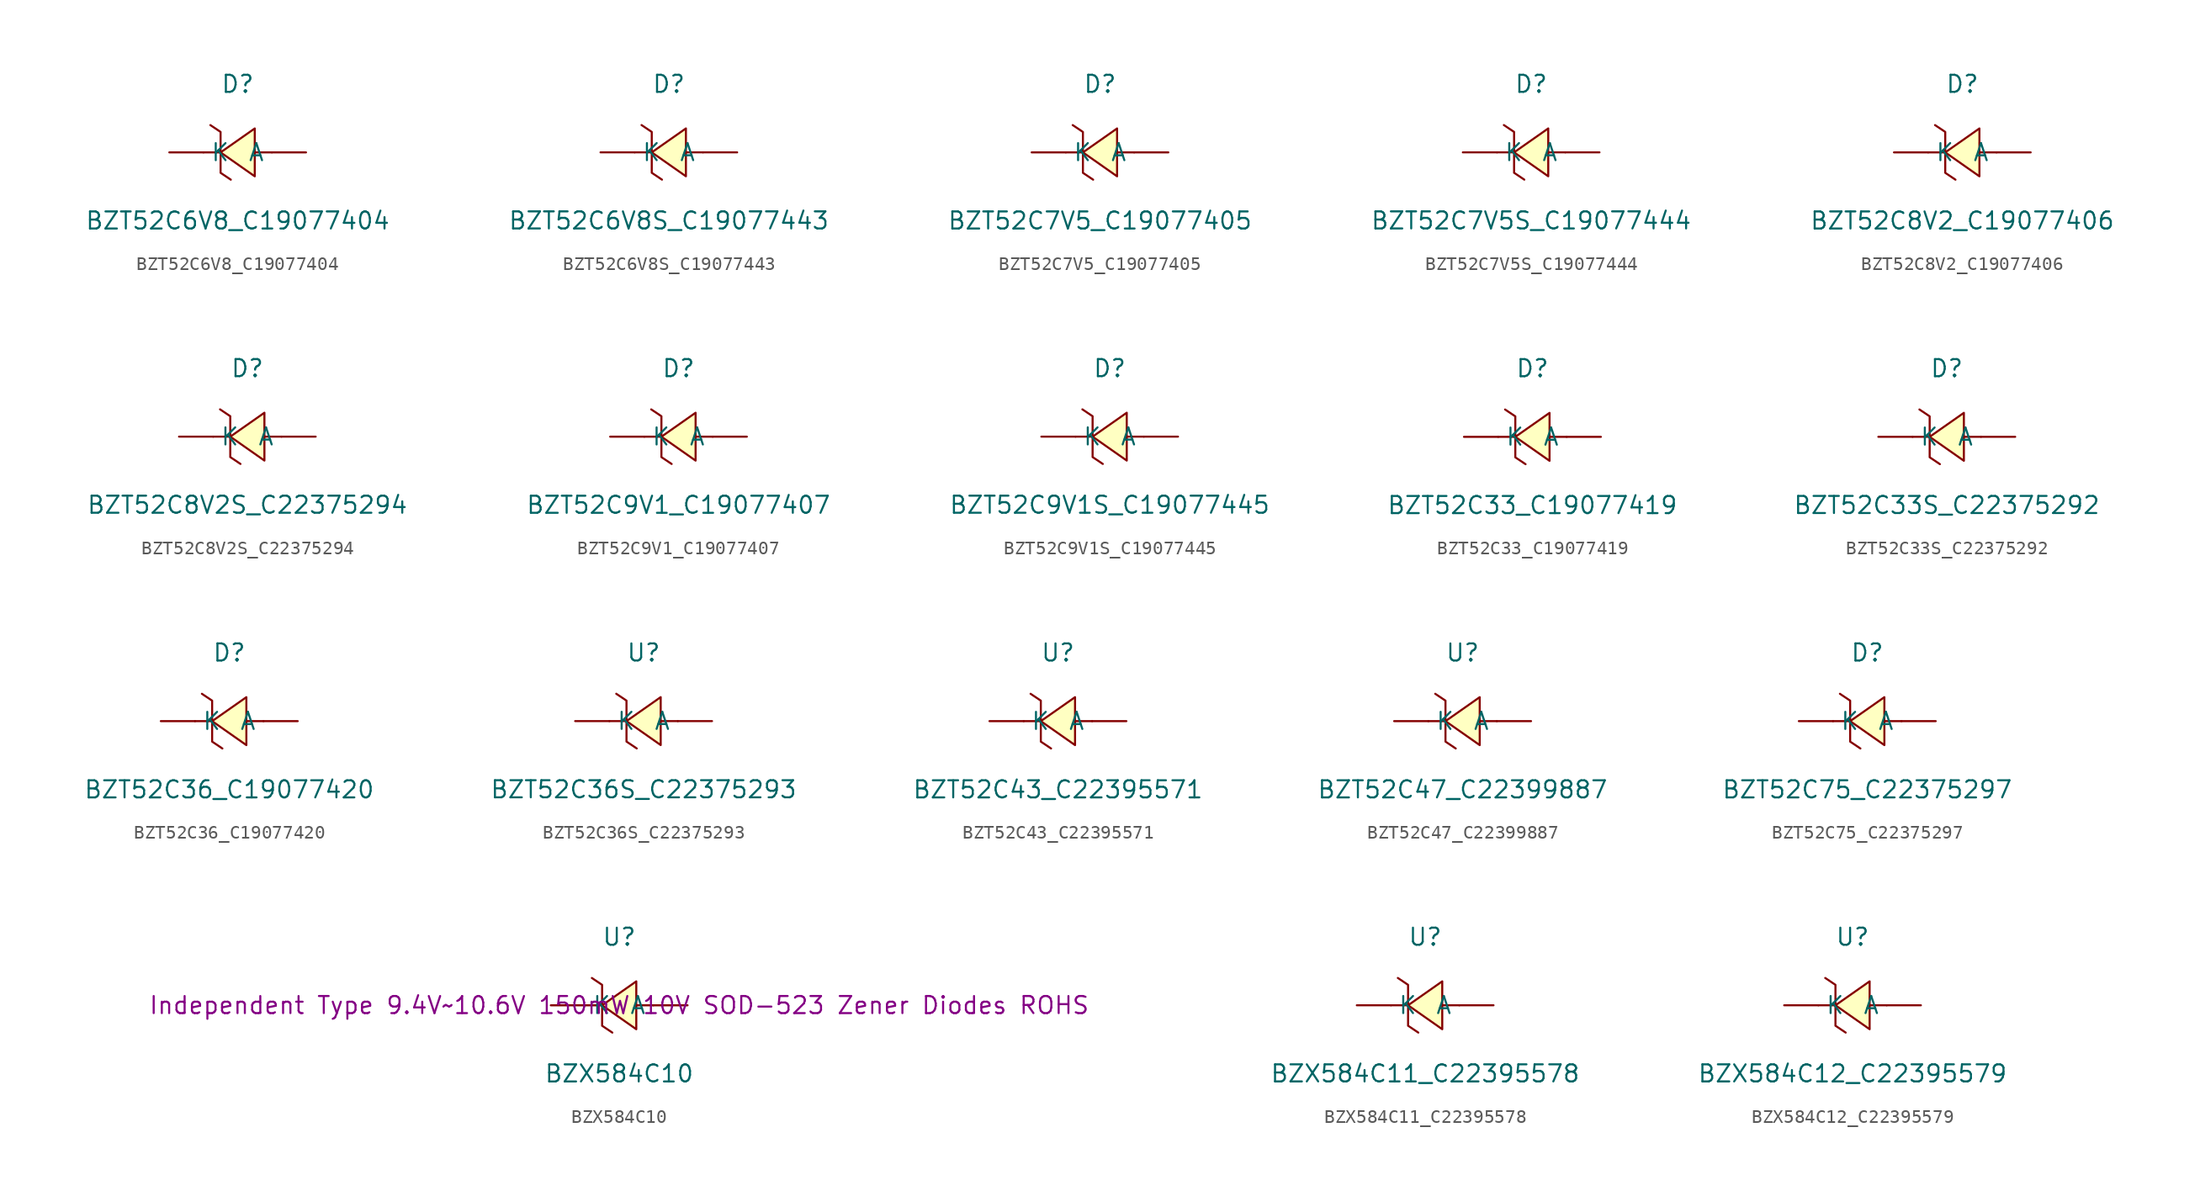
<source format=kicad_sym>
(kicad_symbol_lib
  (version 20241209)
  (generator "kicad_symbol_editor")
  (generator_version "9.0")
  (symbol "BZT52C6V8_C19077404"
    (pin_numbers
      (hide yes))
    (property "Reference" "D"
      (at 0 5.08 0)
      (effects (font (size 1.27 1.27))))
    (property "Value" "BZT52C6V8_C19077404"
      (at 0 -5.08 0)
      (effects (font (size 1.27 1.27))))
    (symbol "BZT52C6V8_C19077404_0_1"
      (polyline (pts (xy -2.03 2.03) (xy -1.27 1.52) (xy -1.27 -1.52) (xy -0.51 -2.03)) (stroke (width 0) (type default)) (fill (type none)))
      (polyline (pts (xy -1.27 0) (xy -2.54 0)) (stroke (width 0) (type default)) (fill (type none)))
      (polyline (pts (xy 1.27 1.78) (xy -1.27 0) (xy 1.27 -1.78) (xy 1.27 1.78)) (stroke (width 0) (type default)) (fill (type background)))
      (polyline (pts (xy 2.54 0) (xy 1.27 0)) (stroke (width 0) (type default)) (fill (type none)))
      (pin unspecified line (at -5.08 0 0) (length 2.54) (name "K" (effects (font (size 1.27 1.27)))) (number "1" (effects (font (size 1.27 1.27)))))
      (pin unspecified line (at 5.08 0 180) (length 2.54) (name "A" (effects (font (size 1.27 1.27)))) (number "2" (effects (font (size 1.27 1.27)))))))
  (symbol "BZT52C6V8S_C19077443"
    (pin_numbers
      (hide yes))
    (property "Reference" "D"
      (at 0 5.08 0)
      (effects (font (size 1.27 1.27))))
    (property "Value" "BZT52C6V8S_C19077443"
      (at 0 -5.08 0)
      (effects (font (size 1.27 1.27))))
    (symbol "BZT52C6V8S_C19077443_0_1"
      (polyline (pts (xy -2.03 2.03) (xy -1.27 1.52) (xy -1.27 -1.52) (xy -0.51 -2.03)) (stroke (width 0) (type default)) (fill (type none)))
      (polyline (pts (xy -1.27 0) (xy -2.54 0)) (stroke (width 0) (type default)) (fill (type none)))
      (polyline (pts (xy 1.27 1.78) (xy -1.27 0) (xy 1.27 -1.78) (xy 1.27 1.78)) (stroke (width 0) (type default)) (fill (type background)))
      (polyline (pts (xy 2.54 0) (xy 1.27 0)) (stroke (width 0) (type default)) (fill (type none)))
      (pin unspecified line (at -5.08 0 0) (length 2.54) (name "K" (effects (font (size 1.27 1.27)))) (number "1" (effects (font (size 1.27 1.27)))))
      (pin unspecified line (at 5.08 0 180) (length 2.54) (name "A" (effects (font (size 1.27 1.27)))) (number "2" (effects (font (size 1.27 1.27)))))))
  (symbol "BZT52C7V5_C19077405"
    (pin_numbers
      (hide yes))
    (property "Reference" "D"
      (at 0 5.08 0)
      (effects (font (size 1.27 1.27))))
    (property "Value" "BZT52C7V5_C19077405"
      (at 0 -5.08 0)
      (effects (font (size 1.27 1.27))))
    (symbol "BZT52C7V5_C19077405_0_1"
      (polyline (pts (xy -2.03 2.03) (xy -1.27 1.52) (xy -1.27 -1.52) (xy -0.51 -2.03)) (stroke (width 0) (type default)) (fill (type none)))
      (polyline (pts (xy -1.27 0) (xy -2.54 0)) (stroke (width 0) (type default)) (fill (type none)))
      (polyline (pts (xy 1.27 1.78) (xy -1.27 0) (xy 1.27 -1.78) (xy 1.27 1.78)) (stroke (width 0) (type default)) (fill (type background)))
      (polyline (pts (xy 2.54 0) (xy 1.27 0)) (stroke (width 0) (type default)) (fill (type none)))
      (pin unspecified line (at -5.08 0 0) (length 2.54) (name "K" (effects (font (size 1.27 1.27)))) (number "1" (effects (font (size 1.27 1.27)))))
      (pin unspecified line (at 5.08 0 180) (length 2.54) (name "A" (effects (font (size 1.27 1.27)))) (number "2" (effects (font (size 1.27 1.27)))))))
  (symbol "BZT52C7V5S_C19077444"
    (pin_numbers
      (hide yes))
    (property "Reference" "D"
      (at 0 5.08 0)
      (effects (font (size 1.27 1.27))))
    (property "Value" "BZT52C7V5S_C19077444"
      (at 0 -5.08 0)
      (effects (font (size 1.27 1.27))))
    (symbol "BZT52C7V5S_C19077444_0_1"
      (polyline (pts (xy -2.03 2.03) (xy -1.27 1.52) (xy -1.27 -1.52) (xy -0.51 -2.03)) (stroke (width 0) (type default)) (fill (type none)))
      (polyline (pts (xy -1.27 0) (xy -2.54 0)) (stroke (width 0) (type default)) (fill (type none)))
      (polyline (pts (xy 1.27 1.78) (xy -1.27 0) (xy 1.27 -1.78) (xy 1.27 1.78)) (stroke (width 0) (type default)) (fill (type background)))
      (polyline (pts (xy 2.54 0) (xy 1.27 0)) (stroke (width 0) (type default)) (fill (type none)))
      (pin unspecified line (at -5.08 0 0) (length 2.54) (name "K" (effects (font (size 1.27 1.27)))) (number "1" (effects (font (size 1.27 1.27)))))
      (pin unspecified line (at 5.08 0 180) (length 2.54) (name "A" (effects (font (size 1.27 1.27)))) (number "2" (effects (font (size 1.27 1.27)))))))
  (symbol "BZT52C8V2_C19077406"
    (pin_numbers
      (hide yes))
    (property "Reference" "D"
      (at 0 5.08 0)
      (effects (font (size 1.27 1.27))))
    (property "Value" "BZT52C8V2_C19077406"
      (at 0 -5.08 0)
      (effects (font (size 1.27 1.27))))
    (symbol "BZT52C8V2_C19077406_0_1"
      (polyline (pts (xy -2.03 2.03) (xy -1.27 1.52) (xy -1.27 -1.52) (xy -0.51 -2.03)) (stroke (width 0) (type default)) (fill (type none)))
      (polyline (pts (xy -1.27 0) (xy -2.54 0)) (stroke (width 0) (type default)) (fill (type none)))
      (polyline (pts (xy 1.27 1.78) (xy -1.27 0) (xy 1.27 -1.78) (xy 1.27 1.78)) (stroke (width 0) (type default)) (fill (type background)))
      (polyline (pts (xy 2.54 0) (xy 1.27 0)) (stroke (width 0) (type default)) (fill (type none)))
      (pin unspecified line (at -5.08 0 0) (length 2.54) (name "K" (effects (font (size 1.27 1.27)))) (number "1" (effects (font (size 1.27 1.27)))))
      (pin unspecified line (at 5.08 0 180) (length 2.54) (name "A" (effects (font (size 1.27 1.27)))) (number "2" (effects (font (size 1.27 1.27)))))))
  (symbol "BZT52C8V2S_C22375294"
    (pin_numbers
      (hide yes))
    (property "Reference" "D"
      (at 0 5.08 0)
      (effects (font (size 1.27 1.27))))
    (property "Value" "BZT52C8V2S_C22375294"
      (at 0 -5.08 0)
      (effects (font (size 1.27 1.27))))
    (symbol "BZT52C8V2S_C22375294_0_1"
      (polyline (pts (xy -2.03 2.03) (xy -1.27 1.52) (xy -1.27 -1.52) (xy -0.51 -2.03)) (stroke (width 0) (type default)) (fill (type none)))
      (polyline (pts (xy -1.27 0) (xy -2.54 0)) (stroke (width 0) (type default)) (fill (type none)))
      (polyline (pts (xy 1.27 1.78) (xy -1.27 0) (xy 1.27 -1.78) (xy 1.27 1.78)) (stroke (width 0) (type default)) (fill (type background)))
      (polyline (pts (xy 2.54 0) (xy 1.27 0)) (stroke (width 0) (type default)) (fill (type none)))
      (pin unspecified line (at -5.08 0 0) (length 2.54) (name "K" (effects (font (size 1.27 1.27)))) (number "1" (effects (font (size 1.27 1.27)))))
      (pin unspecified line (at 5.08 0 180) (length 2.54) (name "A" (effects (font (size 1.27 1.27)))) (number "2" (effects (font (size 1.27 1.27)))))))
  (symbol "BZT52C9V1_C19077407"
    (pin_numbers
      (hide yes))
    (property "Reference" "D"
      (at 0 5.08 0)
      (effects (font (size 1.27 1.27))))
    (property "Value" "BZT52C9V1_C19077407"
      (at 0 -5.08 0)
      (effects (font (size 1.27 1.27))))
    (symbol "BZT52C9V1_C19077407_0_1"
      (polyline (pts (xy -2.03 2.03) (xy -1.27 1.52) (xy -1.27 -1.52) (xy -0.51 -2.03)) (stroke (width 0) (type default)) (fill (type none)))
      (polyline (pts (xy -1.27 0) (xy -2.54 0)) (stroke (width 0) (type default)) (fill (type none)))
      (polyline (pts (xy 1.27 1.78) (xy -1.27 0) (xy 1.27 -1.78) (xy 1.27 1.78)) (stroke (width 0) (type default)) (fill (type background)))
      (polyline (pts (xy 2.54 0) (xy 1.27 0)) (stroke (width 0) (type default)) (fill (type none)))
      (pin unspecified line (at -5.08 0 0) (length 2.54) (name "K" (effects (font (size 1.27 1.27)))) (number "1" (effects (font (size 1.27 1.27)))))
      (pin unspecified line (at 5.08 0 180) (length 2.54) (name "A" (effects (font (size 1.27 1.27)))) (number "2" (effects (font (size 1.27 1.27)))))))
  (symbol "BZT52C9V1S_C19077445"
    (pin_numbers
      (hide yes))
    (property "Reference" "D"
      (at 0 5.08 0)
      (effects (font (size 1.27 1.27))))
    (property "Value" "BZT52C9V1S_C19077445"
      (at 0 -5.08 0)
      (effects (font (size 1.27 1.27))))
    (symbol "BZT52C9V1S_C19077445_0_1"
      (polyline (pts (xy -2.03 2.03) (xy -1.27 1.52) (xy -1.27 -1.52) (xy -0.51 -2.03)) (stroke (width 0) (type default)) (fill (type none)))
      (polyline (pts (xy -1.27 0) (xy -2.54 0)) (stroke (width 0) (type default)) (fill (type none)))
      (polyline (pts (xy 1.27 1.78) (xy -1.27 0) (xy 1.27 -1.78) (xy 1.27 1.78)) (stroke (width 0) (type default)) (fill (type background)))
      (polyline (pts (xy 2.54 0) (xy 1.27 0)) (stroke (width 0) (type default)) (fill (type none)))
      (pin unspecified line (at -5.08 0 0) (length 2.54) (name "K" (effects (font (size 1.27 1.27)))) (number "1" (effects (font (size 1.27 1.27)))))
      (pin unspecified line (at 5.08 0 180) (length 2.54) (name "A" (effects (font (size 1.27 1.27)))) (number "2" (effects (font (size 1.27 1.27)))))))
  (symbol "BZT52C33_C19077419"
    (pin_numbers
      (hide yes))
    (property "Reference" "D"
      (at 0 5.08 0)
      (effects (font (size 1.27 1.27))))
    (property "Value" "BZT52C33_C19077419"
      (at 0 -5.08 0)
      (effects (font (size 1.27 1.27))))
    (symbol "BZT52C33_C19077419_0_1"
      (polyline (pts (xy -2.03 2.03) (xy -1.27 1.52) (xy -1.27 -1.52) (xy -0.51 -2.03)) (stroke (width 0) (type default)) (fill (type none)))
      (polyline (pts (xy -1.27 0) (xy -2.54 0)) (stroke (width 0) (type default)) (fill (type none)))
      (polyline (pts (xy 1.27 1.78) (xy -1.27 0) (xy 1.27 -1.78) (xy 1.27 1.78)) (stroke (width 0) (type default)) (fill (type background)))
      (polyline (pts (xy 2.54 0) (xy 1.27 0)) (stroke (width 0) (type default)) (fill (type none)))
      (pin unspecified line (at -5.08 0 0) (length 2.54) (name "K" (effects (font (size 1.27 1.27)))) (number "1" (effects (font (size 1.27 1.27)))))
      (pin unspecified line (at 5.08 0 180) (length 2.54) (name "A" (effects (font (size 1.27 1.27)))) (number "2" (effects (font (size 1.27 1.27)))))))
  (symbol "BZT52C33S_C22375292"
    (pin_numbers
      (hide yes))
    (property "Reference" "D"
      (at 0 5.08 0)
      (effects (font (size 1.27 1.27))))
    (property "Value" "BZT52C33S_C22375292"
      (at 0 -5.08 0)
      (effects (font (size 1.27 1.27))))
    (symbol "BZT52C33S_C22375292_0_1"
      (polyline (pts (xy -2.03 2.03) (xy -1.27 1.52) (xy -1.27 -1.52) (xy -0.51 -2.03)) (stroke (width 0) (type default)) (fill (type none)))
      (polyline (pts (xy -1.27 0) (xy -2.54 0)) (stroke (width 0) (type default)) (fill (type none)))
      (polyline (pts (xy 1.27 1.78) (xy -1.27 0) (xy 1.27 -1.78) (xy 1.27 1.78)) (stroke (width 0) (type default)) (fill (type background)))
      (polyline (pts (xy 2.54 0) (xy 1.27 0)) (stroke (width 0) (type default)) (fill (type none)))
      (pin unspecified line (at -5.08 0 0) (length 2.54) (name "K" (effects (font (size 1.27 1.27)))) (number "1" (effects (font (size 1.27 1.27)))))
      (pin unspecified line (at 5.08 0 180) (length 2.54) (name "A" (effects (font (size 1.27 1.27)))) (number "2" (effects (font (size 1.27 1.27)))))))
  (symbol "BZT52C36_C19077420"
    (pin_numbers
      (hide yes))
    (property "Reference" "D"
      (at 0 5.08 0)
      (effects (font (size 1.27 1.27))))
    (property "Value" "BZT52C36_C19077420"
      (at 0 -5.08 0)
      (effects (font (size 1.27 1.27))))
    (symbol "BZT52C36_C19077420_0_1"
      (polyline (pts (xy -2.03 2.03) (xy -1.27 1.52) (xy -1.27 -1.52) (xy -0.51 -2.03)) (stroke (width 0) (type default)) (fill (type none)))
      (polyline (pts (xy -1.27 0) (xy -2.54 0)) (stroke (width 0) (type default)) (fill (type none)))
      (polyline (pts (xy 1.27 1.78) (xy -1.27 0) (xy 1.27 -1.78) (xy 1.27 1.78)) (stroke (width 0) (type default)) (fill (type background)))
      (polyline (pts (xy 2.54 0) (xy 1.27 0)) (stroke (width 0) (type default)) (fill (type none)))
      (pin unspecified line (at -5.08 0 0) (length 2.54) (name "K" (effects (font (size 1.27 1.27)))) (number "1" (effects (font (size 1.27 1.27)))))
      (pin unspecified line (at 5.08 0 180) (length 2.54) (name "A" (effects (font (size 1.27 1.27)))) (number "2" (effects (font (size 1.27 1.27)))))))
  (symbol "BZT52C36S_C22375293"
    (pin_numbers
      (hide yes))
    (property "Reference" "U"
      (at 0 5.08 0)
      (effects (font (size 1.27 1.27))))
    (property "Value" "BZT52C36S_C22375293"
      (at 0 -5.08 0)
      (effects (font (size 1.27 1.27))))
    (symbol "BZT52C36S_C22375293_0_1"
      (polyline (pts (xy -2.03 2.03) (xy -1.27 1.52) (xy -1.27 -1.52) (xy -0.51 -2.03)) (stroke (width 0) (type default)) (fill (type none)))
      (polyline (pts (xy -1.27 0) (xy -2.54 0)) (stroke (width 0) (type default)) (fill (type none)))
      (polyline (pts (xy 1.27 1.78) (xy -1.27 0) (xy 1.27 -1.78) (xy 1.27 1.78)) (stroke (width 0) (type default)) (fill (type background)))
      (polyline (pts (xy 2.54 0) (xy 1.27 0)) (stroke (width 0) (type default)) (fill (type none)))
      (pin unspecified line (at -5.08 0 0) (length 2.54) (name "K" (effects (font (size 1.27 1.27)))) (number "1" (effects (font (size 1.27 1.27)))))
      (pin unspecified line (at 5.08 0 180) (length 2.54) (name "A" (effects (font (size 1.27 1.27)))) (number "2" (effects (font (size 1.27 1.27)))))))
  (symbol "BZT52C43_C22395571"
    (pin_numbers
      (hide yes))
    (property "Reference" "U"
      (at 0 5.08 0)
      (effects (font (size 1.27 1.27))))
    (property "Value" "BZT52C43_C22395571"
      (at 0 -5.08 0)
      (effects (font (size 1.27 1.27))))
    (symbol "BZT52C43_C22395571_0_1"
      (polyline (pts (xy -2.03 2.03) (xy -1.27 1.52) (xy -1.27 -1.52) (xy -0.51 -2.03)) (stroke (width 0) (type default)) (fill (type none)))
      (polyline (pts (xy -1.27 0) (xy -2.54 0)) (stroke (width 0) (type default)) (fill (type none)))
      (polyline (pts (xy 1.27 1.78) (xy -1.27 0) (xy 1.27 -1.78) (xy 1.27 1.78)) (stroke (width 0) (type default)) (fill (type background)))
      (polyline (pts (xy 2.54 0) (xy 1.27 0)) (stroke (width 0) (type default)) (fill (type none)))
      (pin unspecified line (at -5.08 0 0) (length 2.54) (name "K" (effects (font (size 1.27 1.27)))) (number "1" (effects (font (size 1.27 1.27)))))
      (pin unspecified line (at 5.08 0 180) (length 2.54) (name "A" (effects (font (size 1.27 1.27)))) (number "2" (effects (font (size 1.27 1.27)))))))
  (symbol "BZT52C47_C22399887"
    (pin_numbers
      (hide yes))
    (property "Reference" "U"
      (at 0 5.08 0)
      (effects (font (size 1.27 1.27))))
    (property "Value" "BZT52C47_C22399887"
      (at 0 -5.08 0)
      (effects (font (size 1.27 1.27))))
    (symbol "BZT52C47_C22399887_0_1"
      (polyline (pts (xy -2.03 2.03) (xy -1.27 1.52) (xy -1.27 -1.52) (xy -0.51 -2.03)) (stroke (width 0) (type default)) (fill (type none)))
      (polyline (pts (xy -1.27 0) (xy -2.54 0)) (stroke (width 0) (type default)) (fill (type none)))
      (polyline (pts (xy 1.27 1.78) (xy -1.27 0) (xy 1.27 -1.78) (xy 1.27 1.78)) (stroke (width 0) (type default)) (fill (type background)))
      (polyline (pts (xy 2.54 0) (xy 1.27 0)) (stroke (width 0) (type default)) (fill (type none)))
      (pin unspecified line (at -5.08 0 0) (length 2.54) (name "K" (effects (font (size 1.27 1.27)))) (number "1" (effects (font (size 1.27 1.27)))))
      (pin unspecified line (at 5.08 0 180) (length 2.54) (name "A" (effects (font (size 1.27 1.27)))) (number "2" (effects (font (size 1.27 1.27)))))))
  (symbol "BZT52C75_C22375297"
    (pin_numbers
      (hide yes))
    (property "Reference" "D"
      (at 0 5.08 0)
      (effects (font (size 1.27 1.27))))
    (property "Value" "BZT52C75_C22375297"
      (at 0 -5.08 0)
      (effects (font (size 1.27 1.27))))
    (symbol "BZT52C75_C22375297_0_1"
      (polyline (pts (xy -2.03 2.03) (xy -1.27 1.52) (xy -1.27 -1.52) (xy -0.51 -2.03)) (stroke (width 0) (type default)) (fill (type none)))
      (polyline (pts (xy -1.27 0) (xy -2.54 0)) (stroke (width 0) (type default)) (fill (type none)))
      (polyline (pts (xy 1.27 1.78) (xy -1.27 0) (xy 1.27 -1.78) (xy 1.27 1.78)) (stroke (width 0) (type default)) (fill (type background)))
      (polyline (pts (xy 2.54 0) (xy 1.27 0)) (stroke (width 0) (type default)) (fill (type none)))
      (pin unspecified line (at -5.08 0 0) (length 2.54) (name "K" (effects (font (size 1.27 1.27)))) (number "1" (effects (font (size 1.27 1.27)))))
      (pin unspecified line (at 5.08 0 180) (length 2.54) (name "A" (effects (font (size 1.27 1.27)))) (number "2" (effects (font (size 1.27 1.27)))))))
  (symbol "BZX584C10"
    (pin_numbers
      (hide yes))
    (property "Reference" "U"
      (at 0 5.08 0)
      (effects (font (size 1.27 1.27))))
    (property "Value" "BZX584C10"
      (at 0 -5.08 0)
      (effects (font (size 1.27 1.27))))
    (property "Description" "Independent Type 9.4V~10.6V 150mW 10V SOD-523 Zener Diodes ROHS"
      (at 0 0 0)
      (effects (font (size 1.27 1.27))))
    (symbol "BZX584C10_0_1"
      (polyline (pts (xy -2.03 2.03) (xy -1.27 1.52) (xy -1.27 -1.52) (xy -0.51 -2.03)) (stroke (width 0) (type default)) (fill (type none)))
      (polyline (pts (xy -1.27 0) (xy -2.54 0)) (stroke (width 0) (type default)) (fill (type none)))
      (polyline (pts (xy 1.27 1.78) (xy -1.27 0) (xy 1.27 -1.78) (xy 1.27 1.78)) (stroke (width 0) (type default)) (fill (type background)))
      (polyline (pts (xy 2.54 0) (xy 1.27 0)) (stroke (width 0) (type default)) (fill (type none)))
      (pin unspecified line (at -5.08 0 0) (length 2.54) (name "K" (effects (font (size 1.27 1.27)))) (number "2" (effects (font (size 1.27 1.27)))))
      (pin unspecified line (at 5.08 0 180) (length 2.54) (name "A" (effects (font (size 1.27 1.27)))) (number "1" (effects (font (size 1.27 1.27)))))))
  (symbol "BZX584C11_C22395578"
    (pin_numbers
      (hide yes))
    (property "Reference" "U"
      (at 0 5.08 0)
      (effects (font (size 1.27 1.27))))
    (property "Value" "BZX584C11_C22395578"
      (at 0 -5.08 0)
      (effects (font (size 1.27 1.27))))
    (symbol "BZX584C11_C22395578_0_1"
      (polyline (pts (xy -2.03 2.03) (xy -1.27 1.52) (xy -1.27 -1.52) (xy -0.51 -2.03)) (stroke (width 0) (type default)) (fill (type none)))
      (polyline (pts (xy -1.27 0) (xy -2.54 0)) (stroke (width 0) (type default)) (fill (type none)))
      (polyline (pts (xy 1.27 1.78) (xy -1.27 0) (xy 1.27 -1.78) (xy 1.27 1.78)) (stroke (width 0) (type default)) (fill (type background)))
      (polyline (pts (xy 2.54 0) (xy 1.27 0)) (stroke (width 0) (type default)) (fill (type none)))
      (pin unspecified line (at -5.08 0 0) (length 2.54) (name "K" (effects (font (size 1.27 1.27)))) (number "2" (effects (font (size 1.27 1.27)))))
      (pin unspecified line (at 5.08 0 180) (length 2.54) (name "A" (effects (font (size 1.27 1.27)))) (number "1" (effects (font (size 1.27 1.27)))))))
  (symbol "BZX584C12_C22395579"
    (pin_numbers
      (hide yes))
    (property "Reference" "U"
      (at 0 5.08 0)
      (effects (font (size 1.27 1.27))))
    (property "Value" "BZX584C12_C22395579"
      (at 0 -5.08 0)
      (effects (font (size 1.27 1.27))))
    (symbol "BZX584C12_C22395579_0_1"
      (polyline (pts (xy -2.03 2.03) (xy -1.27 1.52) (xy -1.27 -1.52) (xy -0.51 -2.03)) (stroke (width 0) (type default)) (fill (type none)))
      (polyline (pts (xy -1.27 0) (xy -2.54 0)) (stroke (width 0) (type default)) (fill (type none)))
      (polyline (pts (xy 1.27 1.78) (xy -1.27 0) (xy 1.27 -1.78) (xy 1.27 1.78)) (stroke (width 0) (type default)) (fill (type background)))
      (polyline (pts (xy 2.54 0) (xy 1.27 0)) (stroke (width 0) (type default)) (fill (type none)))
      (pin unspecified line (at -5.08 0 0) (length 2.54) (name "K" (effects (font (size 1.27 1.27)))) (number "2" (effects (font (size 1.27 1.27)))))
      (pin unspecified line (at 5.08 0 180) (length 2.54) (name "A" (effects (font (size 1.27 1.27)))) (number "1" (effects (font (size 1.27 1.27))))))))
</source>
